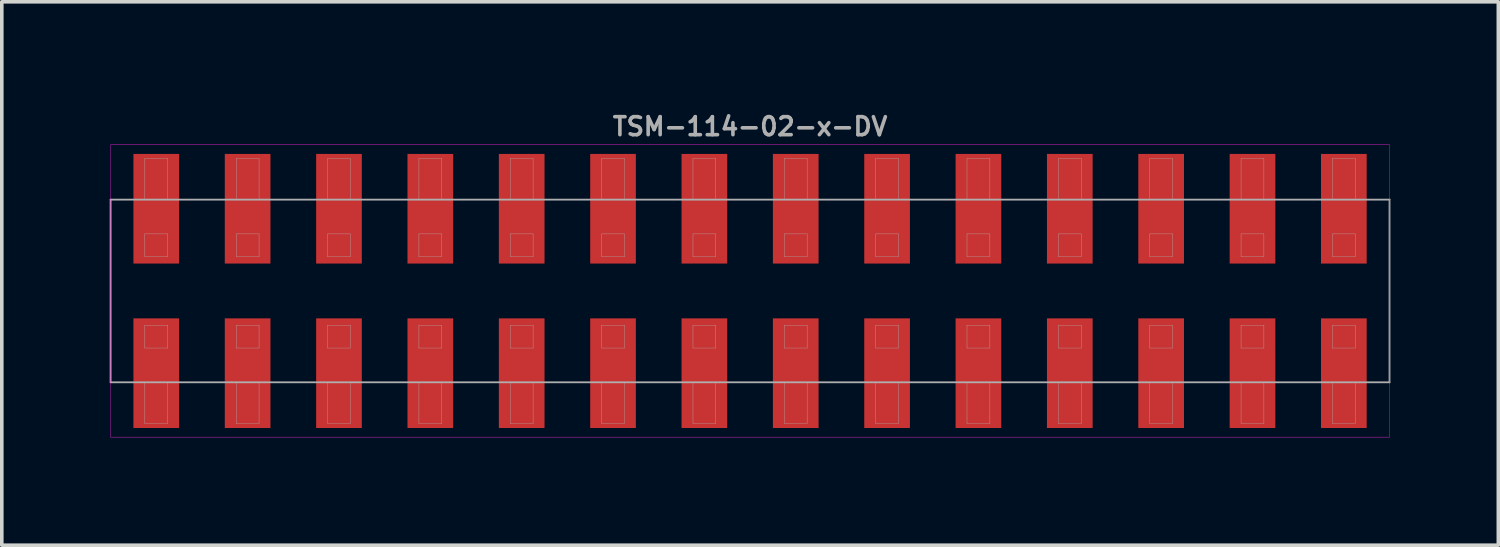
<source format=kicad_pcb>
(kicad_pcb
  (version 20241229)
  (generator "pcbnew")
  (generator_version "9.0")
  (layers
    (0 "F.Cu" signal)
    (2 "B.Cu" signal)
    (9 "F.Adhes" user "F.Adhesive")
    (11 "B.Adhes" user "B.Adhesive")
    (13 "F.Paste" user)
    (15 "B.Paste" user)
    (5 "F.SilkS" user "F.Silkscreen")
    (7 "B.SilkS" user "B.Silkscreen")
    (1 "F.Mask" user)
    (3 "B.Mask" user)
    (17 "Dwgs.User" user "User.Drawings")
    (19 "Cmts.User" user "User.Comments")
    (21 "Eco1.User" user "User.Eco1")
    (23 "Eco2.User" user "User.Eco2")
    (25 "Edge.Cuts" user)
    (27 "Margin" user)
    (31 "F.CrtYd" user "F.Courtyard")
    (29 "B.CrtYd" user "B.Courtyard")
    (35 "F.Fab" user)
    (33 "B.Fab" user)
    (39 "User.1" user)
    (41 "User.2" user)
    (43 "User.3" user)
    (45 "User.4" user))
  (footprint "TSM-114-02-x-DV"
    (layer "F.Cu")
    (at 17.805 5.04)
    (property "Reference" "TSM-114-02-x-DV" (at 0 -4.572 0) (layer "F.Fab") (effects (font (size 0.5 0.5) (thickness 0.1))))
    (attr smd)
    (fp_line (start -17.78 -4.064) (end -17.78 4.064) (stroke (width 0.01) (type solid)) (layer "F.CrtYd"))
    (fp_line (start -17.78 4.064) (end 17.78 4.064) (stroke (width 0.01) (type solid)) (layer "F.CrtYd"))
    (fp_line (start 17.78 -4.064) (end -17.78 -4.064) (stroke (width 0.01) (type solid)) (layer "F.CrtYd"))
    (fp_line (start 17.78 4.064) (end 17.78 -4.064) (stroke (width 0.01) (type solid)) (layer "F.CrtYd"))
    (fp_line (start -17.78 -2.54) (end 17.78 -2.54) (stroke (width 0.05) (type solid)) (layer "F.Fab"))
    (fp_line (start -17.78 2.54) (end -17.78 -2.54) (stroke (width 0.05) (type solid)) (layer "F.Fab"))
    (fp_line (start -16.828 -3.683) (end -16.192 -3.683) (stroke (width 0.01) (type solid)) (layer "F.Fab"))
    (fp_line (start -16.828 -2.54) (end -16.828 -3.683) (stroke (width 0.01) (type solid)) (layer "F.Fab"))
    (fp_line (start -16.828 -1.587) (end -16.828 -0.953) (stroke (width 0.01) (type solid)) (layer "F.Fab"))
    (fp_line (start -16.828 -0.953) (end -16.192 -0.953) (stroke (width 0.01) (type solid)) (layer "F.Fab"))
    (fp_line (start -16.828 0.953) (end -16.828 1.587) (stroke (width 0.01) (type solid)) (layer "F.Fab"))
    (fp_line (start -16.828 1.587) (end -16.192 1.587) (stroke (width 0.01) (type solid)) (layer "F.Fab"))
    (fp_line (start -16.828 3.683) (end -16.828 2.54) (stroke (width 0.01) (type solid)) (layer "F.Fab"))
    (fp_line (start -16.192 -3.683) (end -16.192 -2.54) (stroke (width 0.01) (type solid)) (layer "F.Fab"))
    (fp_line (start -16.192 -1.587) (end -16.828 -1.587) (stroke (width 0.01) (type solid)) (layer "F.Fab"))
    (fp_line (start -16.192 -0.953) (end -16.192 -1.587) (stroke (width 0.01) (type solid)) (layer "F.Fab"))
    (fp_line (start -16.192 0.953) (end -16.828 0.953) (stroke (width 0.01) (type solid)) (layer "F.Fab"))
    (fp_line (start -16.192 1.587) (end -16.192 0.953) (stroke (width 0.01) (type solid)) (layer "F.Fab"))
    (fp_line (start -16.192 2.54) (end -16.192 3.683) (stroke (width 0.01) (type solid)) (layer "F.Fab"))
    (fp_line (start -16.192 3.683) (end -16.828 3.683) (stroke (width 0.01) (type solid)) (layer "F.Fab"))
    (fp_line (start -14.287 -3.683) (end -13.652 -3.683) (stroke (width 0.01) (type solid)) (layer "F.Fab"))
    (fp_line (start -14.287 -2.54) (end -14.287 -3.683) (stroke (width 0.01) (type solid)) (layer "F.Fab"))
    (fp_line (start -14.287 -1.587) (end -14.287 -0.953) (stroke (width 0.01) (type solid)) (layer "F.Fab"))
    (fp_line (start -14.287 -0.953) (end -13.652 -0.953) (stroke (width 0.01) (type solid)) (layer "F.Fab"))
    (fp_line (start -14.287 0.953) (end -14.287 1.587) (stroke (width 0.01) (type solid)) (layer "F.Fab"))
    (fp_line (start -14.287 1.587) (end -13.652 1.587) (stroke (width 0.01) (type solid)) (layer "F.Fab"))
    (fp_line (start -14.287 3.683) (end -14.287 2.54) (stroke (width 0.01) (type solid)) (layer "F.Fab"))
    (fp_line (start -13.652 -3.683) (end -13.652 -2.54) (stroke (width 0.01) (type solid)) (layer "F.Fab"))
    (fp_line (start -13.652 -1.587) (end -14.287 -1.587) (stroke (width 0.01) (type solid)) (layer "F.Fab"))
    (fp_line (start -13.652 -0.953) (end -13.652 -1.587) (stroke (width 0.01) (type solid)) (layer "F.Fab"))
    (fp_line (start -13.652 0.953) (end -14.287 0.953) (stroke (width 0.01) (type solid)) (layer "F.Fab"))
    (fp_line (start -13.652 1.587) (end -13.652 0.953) (stroke (width 0.01) (type solid)) (layer "F.Fab"))
    (fp_line (start -13.652 2.54) (end -13.652 3.683) (stroke (width 0.01) (type solid)) (layer "F.Fab"))
    (fp_line (start -13.652 3.683) (end -14.287 3.683) (stroke (width 0.01) (type solid)) (layer "F.Fab"))
    (fp_line (start -11.748 -3.683) (end -11.113 -3.683) (stroke (width 0.01) (type solid)) (layer "F.Fab"))
    (fp_line (start -11.748 -2.54) (end -11.748 -3.683) (stroke (width 0.01) (type solid)) (layer "F.Fab"))
    (fp_line (start -11.748 -1.587) (end -11.748 -0.953) (stroke (width 0.01) (type solid)) (layer "F.Fab"))
    (fp_line (start -11.748 -0.953) (end -11.113 -0.953) (stroke (width 0.01) (type solid)) (layer "F.Fab"))
    (fp_line (start -11.748 0.953) (end -11.748 1.587) (stroke (width 0.01) (type solid)) (layer "F.Fab"))
    (fp_line (start -11.748 1.587) (end -11.113 1.587) (stroke (width 0.01) (type solid)) (layer "F.Fab"))
    (fp_line (start -11.748 3.683) (end -11.748 2.54) (stroke (width 0.01) (type solid)) (layer "F.Fab"))
    (fp_line (start -11.113 -3.683) (end -11.113 -2.54) (stroke (width 0.01) (type solid)) (layer "F.Fab"))
    (fp_line (start -11.113 -1.587) (end -11.748 -1.587) (stroke (width 0.01) (type solid)) (layer "F.Fab"))
    (fp_line (start -11.113 -0.953) (end -11.113 -1.587) (stroke (width 0.01) (type solid)) (layer "F.Fab"))
    (fp_line (start -11.113 0.953) (end -11.748 0.953) (stroke (width 0.01) (type solid)) (layer "F.Fab"))
    (fp_line (start -11.113 1.587) (end -11.113 0.953) (stroke (width 0.01) (type solid)) (layer "F.Fab"))
    (fp_line (start -11.113 2.54) (end -11.113 3.683) (stroke (width 0.01) (type solid)) (layer "F.Fab"))
    (fp_line (start -11.113 3.683) (end -11.748 3.683) (stroke (width 0.01) (type solid)) (layer "F.Fab"))
    (fp_line (start -9.207 -3.683) (end -8.572 -3.683) (stroke (width 0.01) (type solid)) (layer "F.Fab"))
    (fp_line (start -9.207 -2.54) (end -9.207 -3.683) (stroke (width 0.01) (type solid)) (layer "F.Fab"))
    (fp_line (start -9.207 -1.587) (end -9.207 -0.953) (stroke (width 0.01) (type solid)) (layer "F.Fab"))
    (fp_line (start -9.207 -0.953) (end -8.572 -0.953) (stroke (width 0.01) (type solid)) (layer "F.Fab"))
    (fp_line (start -9.207 0.953) (end -9.207 1.587) (stroke (width 0.01) (type solid)) (layer "F.Fab"))
    (fp_line (start -9.207 1.587) (end -8.572 1.587) (stroke (width 0.01) (type solid)) (layer "F.Fab"))
    (fp_line (start -9.207 3.683) (end -9.207 2.54) (stroke (width 0.01) (type solid)) (layer "F.Fab"))
    (fp_line (start -8.572 -3.683) (end -8.572 -2.54) (stroke (width 0.01) (type solid)) (layer "F.Fab"))
    (fp_line (start -8.572 -1.587) (end -9.207 -1.587) (stroke (width 0.01) (type solid)) (layer "F.Fab"))
    (fp_line (start -8.572 -0.953) (end -8.572 -1.587) (stroke (width 0.01) (type solid)) (layer "F.Fab"))
    (fp_line (start -8.572 0.953) (end -9.207 0.953) (stroke (width 0.01) (type solid)) (layer "F.Fab"))
    (fp_line (start -8.572 1.587) (end -8.572 0.953) (stroke (width 0.01) (type solid)) (layer "F.Fab"))
    (fp_line (start -8.572 2.54) (end -8.572 3.683) (stroke (width 0.01) (type solid)) (layer "F.Fab"))
    (fp_line (start -8.572 3.683) (end -9.207 3.683) (stroke (width 0.01) (type solid)) (layer "F.Fab"))
    (fp_line (start -6.668 -3.683) (end -6.032 -3.683) (stroke (width 0.01) (type solid)) (layer "F.Fab"))
    (fp_line (start -6.668 -2.54) (end -6.668 -3.683) (stroke (width 0.01) (type solid)) (layer "F.Fab"))
    (fp_line (start -6.668 -1.587) (end -6.668 -0.953) (stroke (width 0.01) (type solid)) (layer "F.Fab"))
    (fp_line (start -6.668 -0.953) (end -6.032 -0.953) (stroke (width 0.01) (type solid)) (layer "F.Fab"))
    (fp_line (start -6.668 0.953) (end -6.668 1.587) (stroke (width 0.01) (type solid)) (layer "F.Fab"))
    (fp_line (start -6.668 1.587) (end -6.032 1.587) (stroke (width 0.01) (type solid)) (layer "F.Fab"))
    (fp_line (start -6.668 3.683) (end -6.668 2.54) (stroke (width 0.01) (type solid)) (layer "F.Fab"))
    (fp_line (start -6.032 -3.683) (end -6.032 -2.54) (stroke (width 0.01) (type solid)) (layer "F.Fab"))
    (fp_line (start -6.032 -1.587) (end -6.668 -1.587) (stroke (width 0.01) (type solid)) (layer "F.Fab"))
    (fp_line (start -6.032 -0.953) (end -6.032 -1.587) (stroke (width 0.01) (type solid)) (layer "F.Fab"))
    (fp_line (start -6.032 0.953) (end -6.668 0.953) (stroke (width 0.01) (type solid)) (layer "F.Fab"))
    (fp_line (start -6.032 1.587) (end -6.032 0.953) (stroke (width 0.01) (type solid)) (layer "F.Fab"))
    (fp_line (start -6.032 2.54) (end -6.032 3.683) (stroke (width 0.01) (type solid)) (layer "F.Fab"))
    (fp_line (start -6.032 3.683) (end -6.668 3.683) (stroke (width 0.01) (type solid)) (layer "F.Fab"))
    (fp_line (start -4.128 -3.683) (end -3.493 -3.683) (stroke (width 0.01) (type solid)) (layer "F.Fab"))
    (fp_line (start -4.128 -2.54) (end -4.128 -3.683) (stroke (width 0.01) (type solid)) (layer "F.Fab"))
    (fp_line (start -4.128 -1.587) (end -4.128 -0.953) (stroke (width 0.01) (type solid)) (layer "F.Fab"))
    (fp_line (start -4.128 -0.953) (end -3.493 -0.953) (stroke (width 0.01) (type solid)) (layer "F.Fab"))
    (fp_line (start -4.128 0.953) (end -4.128 1.587) (stroke (width 0.01) (type solid)) (layer "F.Fab"))
    (fp_line (start -4.128 1.587) (end -3.493 1.587) (stroke (width 0.01) (type solid)) (layer "F.Fab"))
    (fp_line (start -4.128 3.683) (end -4.128 2.54) (stroke (width 0.01) (type solid)) (layer "F.Fab"))
    (fp_line (start -3.493 -3.683) (end -3.493 -2.54) (stroke (width 0.01) (type solid)) (layer "F.Fab"))
    (fp_line (start -3.493 -1.587) (end -4.128 -1.587) (stroke (width 0.01) (type solid)) (layer "F.Fab"))
    (fp_line (start -3.493 -0.953) (end -3.493 -1.587) (stroke (width 0.01) (type solid)) (layer "F.Fab"))
    (fp_line (start -3.493 0.953) (end -4.128 0.953) (stroke (width 0.01) (type solid)) (layer "F.Fab"))
    (fp_line (start -3.493 1.587) (end -3.493 0.953) (stroke (width 0.01) (type solid)) (layer "F.Fab"))
    (fp_line (start -3.493 2.54) (end -3.493 3.683) (stroke (width 0.01) (type solid)) (layer "F.Fab"))
    (fp_line (start -3.493 3.683) (end -4.128 3.683) (stroke (width 0.01) (type solid)) (layer "F.Fab"))
    (fp_line (start -1.587 -3.683) (end -0.953 -3.683) (stroke (width 0.01) (type solid)) (layer "F.Fab"))
    (fp_line (start -1.587 -2.54) (end -1.587 -3.683) (stroke (width 0.01) (type solid)) (layer "F.Fab"))
    (fp_line (start -1.587 -1.587) (end -1.587 -0.953) (stroke (width 0.01) (type solid)) (layer "F.Fab"))
    (fp_line (start -1.587 -0.953) (end -0.953 -0.953) (stroke (width 0.01) (type solid)) (layer "F.Fab"))
    (fp_line (start -1.587 0.953) (end -1.587 1.587) (stroke (width 0.01) (type solid)) (layer "F.Fab"))
    (fp_line (start -1.587 1.587) (end -0.953 1.587) (stroke (width 0.01) (type solid)) (layer "F.Fab"))
    (fp_line (start -1.587 3.683) (end -1.587 2.54) (stroke (width 0.01) (type solid)) (layer "F.Fab"))
    (fp_line (start -0.953 -3.683) (end -0.953 -2.54) (stroke (width 0.01) (type solid)) (layer "F.Fab"))
    (fp_line (start -0.953 -1.587) (end -1.587 -1.587) (stroke (width 0.01) (type solid)) (layer "F.Fab"))
    (fp_line (start -0.953 -0.953) (end -0.953 -1.587) (stroke (width 0.01) (type solid)) (layer "F.Fab"))
    (fp_line (start -0.953 0.953) (end -1.587 0.953) (stroke (width 0.01) (type solid)) (layer "F.Fab"))
    (fp_line (start -0.953 1.587) (end -0.953 0.953) (stroke (width 0.01) (type solid)) (layer "F.Fab"))
    (fp_line (start -0.953 2.54) (end -0.953 3.683) (stroke (width 0.01) (type solid)) (layer "F.Fab"))
    (fp_line (start -0.953 3.683) (end -1.587 3.683) (stroke (width 0.01) (type solid)) (layer "F.Fab"))
    (fp_line (start 0.953 -3.683) (end 1.587 -3.683) (stroke (width 0.01) (type solid)) (layer "F.Fab"))
    (fp_line (start 0.953 -2.54) (end 0.953 -3.683) (stroke (width 0.01) (type solid)) (layer "F.Fab"))
    (fp_line (start 0.953 -1.587) (end 0.953 -0.953) (stroke (width 0.01) (type solid)) (layer "F.Fab"))
    (fp_line (start 0.953 -0.953) (end 1.587 -0.953) (stroke (width 0.01) (type solid)) (layer "F.Fab"))
    (fp_line (start 0.953 0.953) (end 0.953 1.587) (stroke (width 0.01) (type solid)) (layer "F.Fab"))
    (fp_line (start 0.953 1.587) (end 1.587 1.587) (stroke (width 0.01) (type solid)) (layer "F.Fab"))
    (fp_line (start 0.953 3.683) (end 0.953 2.54) (stroke (width 0.01) (type solid)) (layer "F.Fab"))
    (fp_line (start 1.587 -3.683) (end 1.587 -2.54) (stroke (width 0.01) (type solid)) (layer "F.Fab"))
    (fp_line (start 1.587 -1.587) (end 0.953 -1.587) (stroke (width 0.01) (type solid)) (layer "F.Fab"))
    (fp_line (start 1.587 -0.953) (end 1.587 -1.587) (stroke (width 0.01) (type solid)) (layer "F.Fab"))
    (fp_line (start 1.587 0.953) (end 0.953 0.953) (stroke (width 0.01) (type solid)) (layer "F.Fab"))
    (fp_line (start 1.587 1.587) (end 1.587 0.953) (stroke (width 0.01) (type solid)) (layer "F.Fab"))
    (fp_line (start 1.587 2.54) (end 1.587 3.683) (stroke (width 0.01) (type solid)) (layer "F.Fab"))
    (fp_line (start 1.587 3.683) (end 0.953 3.683) (stroke (width 0.01) (type solid)) (layer "F.Fab"))
    (fp_line (start 3.493 -3.683) (end 4.128 -3.683) (stroke (width 0.01) (type solid)) (layer "F.Fab"))
    (fp_line (start 3.493 -2.54) (end 3.493 -3.683) (stroke (width 0.01) (type solid)) (layer "F.Fab"))
    (fp_line (start 3.493 -1.587) (end 3.493 -0.953) (stroke (width 0.01) (type solid)) (layer "F.Fab"))
    (fp_line (start 3.493 -0.953) (end 4.128 -0.953) (stroke (width 0.01) (type solid)) (layer "F.Fab"))
    (fp_line (start 3.493 0.953) (end 3.493 1.587) (stroke (width 0.01) (type solid)) (layer "F.Fab"))
    (fp_line (start 3.493 1.587) (end 4.128 1.587) (stroke (width 0.01) (type solid)) (layer "F.Fab"))
    (fp_line (start 3.493 3.683) (end 3.493 2.54) (stroke (width 0.01) (type solid)) (layer "F.Fab"))
    (fp_line (start 4.128 -3.683) (end 4.128 -2.54) (stroke (width 0.01) (type solid)) (layer "F.Fab"))
    (fp_line (start 4.128 -1.587) (end 3.493 -1.587) (stroke (width 0.01) (type solid)) (layer "F.Fab"))
    (fp_line (start 4.128 -0.953) (end 4.128 -1.587) (stroke (width 0.01) (type solid)) (layer "F.Fab"))
    (fp_line (start 4.128 0.953) (end 3.493 0.953) (stroke (width 0.01) (type solid)) (layer "F.Fab"))
    (fp_line (start 4.128 1.587) (end 4.128 0.953) (stroke (width 0.01) (type solid)) (layer "F.Fab"))
    (fp_line (start 4.128 2.54) (end 4.128 3.683) (stroke (width 0.01) (type solid)) (layer "F.Fab"))
    (fp_line (start 4.128 3.683) (end 3.493 3.683) (stroke (width 0.01) (type solid)) (layer "F.Fab"))
    (fp_line (start 6.032 -3.683) (end 6.668 -3.683) (stroke (width 0.01) (type solid)) (layer "F.Fab"))
    (fp_line (start 6.032 -2.54) (end 6.032 -3.683) (stroke (width 0.01) (type solid)) (layer "F.Fab"))
    (fp_line (start 6.032 -1.587) (end 6.032 -0.953) (stroke (width 0.01) (type solid)) (layer "F.Fab"))
    (fp_line (start 6.032 -0.953) (end 6.668 -0.953) (stroke (width 0.01) (type solid)) (layer "F.Fab"))
    (fp_line (start 6.032 0.953) (end 6.032 1.587) (stroke (width 0.01) (type solid)) (layer "F.Fab"))
    (fp_line (start 6.032 1.587) (end 6.668 1.587) (stroke (width 0.01) (type solid)) (layer "F.Fab"))
    (fp_line (start 6.032 3.683) (end 6.032 2.54) (stroke (width 0.01) (type solid)) (layer "F.Fab"))
    (fp_line (start 6.668 -3.683) (end 6.668 -2.54) (stroke (width 0.01) (type solid)) (layer "F.Fab"))
    (fp_line (start 6.668 -1.587) (end 6.032 -1.587) (stroke (width 0.01) (type solid)) (layer "F.Fab"))
    (fp_line (start 6.668 -0.953) (end 6.668 -1.587) (stroke (width 0.01) (type solid)) (layer "F.Fab"))
    (fp_line (start 6.668 0.953) (end 6.032 0.953) (stroke (width 0.01) (type solid)) (layer "F.Fab"))
    (fp_line (start 6.668 1.587) (end 6.668 0.953) (stroke (width 0.01) (type solid)) (layer "F.Fab"))
    (fp_line (start 6.668 2.54) (end 6.668 3.683) (stroke (width 0.01) (type solid)) (layer "F.Fab"))
    (fp_line (start 6.668 3.683) (end 6.032 3.683) (stroke (width 0.01) (type solid)) (layer "F.Fab"))
    (fp_line (start 8.572 -3.683) (end 9.207 -3.683) (stroke (width 0.01) (type solid)) (layer "F.Fab"))
    (fp_line (start 8.572 -2.54) (end 8.572 -3.683) (stroke (width 0.01) (type solid)) (layer "F.Fab"))
    (fp_line (start 8.572 -1.587) (end 8.572 -0.953) (stroke (width 0.01) (type solid)) (layer "F.Fab"))
    (fp_line (start 8.572 -0.953) (end 9.207 -0.953) (stroke (width 0.01) (type solid)) (layer "F.Fab"))
    (fp_line (start 8.572 0.953) (end 8.572 1.587) (stroke (width 0.01) (type solid)) (layer "F.Fab"))
    (fp_line (start 8.572 1.587) (end 9.207 1.587) (stroke (width 0.01) (type solid)) (layer "F.Fab"))
    (fp_line (start 8.572 3.683) (end 8.572 2.54) (stroke (width 0.01) (type solid)) (layer "F.Fab"))
    (fp_line (start 9.207 -3.683) (end 9.207 -2.54) (stroke (width 0.01) (type solid)) (layer "F.Fab"))
    (fp_line (start 9.207 -1.587) (end 8.572 -1.587) (stroke (width 0.01) (type solid)) (layer "F.Fab"))
    (fp_line (start 9.207 -0.953) (end 9.207 -1.587) (stroke (width 0.01) (type solid)) (layer "F.Fab"))
    (fp_line (start 9.207 0.953) (end 8.572 0.953) (stroke (width 0.01) (type solid)) (layer "F.Fab"))
    (fp_line (start 9.207 1.587) (end 9.207 0.953) (stroke (width 0.01) (type solid)) (layer "F.Fab"))
    (fp_line (start 9.207 2.54) (end 9.207 3.683) (stroke (width 0.01) (type solid)) (layer "F.Fab"))
    (fp_line (start 9.207 3.683) (end 8.572 3.683) (stroke (width 0.01) (type solid)) (layer "F.Fab"))
    (fp_line (start 11.113 -3.683) (end 11.748 -3.683) (stroke (width 0.01) (type solid)) (layer "F.Fab"))
    (fp_line (start 11.113 -2.54) (end 11.113 -3.683) (stroke (width 0.01) (type solid)) (layer "F.Fab"))
    (fp_line (start 11.113 -1.587) (end 11.113 -0.953) (stroke (width 0.01) (type solid)) (layer "F.Fab"))
    (fp_line (start 11.113 -0.953) (end 11.748 -0.953) (stroke (width 0.01) (type solid)) (layer "F.Fab"))
    (fp_line (start 11.113 0.953) (end 11.113 1.587) (stroke (width 0.01) (type solid)) (layer "F.Fab"))
    (fp_line (start 11.113 1.587) (end 11.748 1.587) (stroke (width 0.01) (type solid)) (layer "F.Fab"))
    (fp_line (start 11.113 3.683) (end 11.113 2.54) (stroke (width 0.01) (type solid)) (layer "F.Fab"))
    (fp_line (start 11.748 -3.683) (end 11.748 -2.54) (stroke (width 0.01) (type solid)) (layer "F.Fab"))
    (fp_line (start 11.748 -1.587) (end 11.113 -1.587) (stroke (width 0.01) (type solid)) (layer "F.Fab"))
    (fp_line (start 11.748 -0.953) (end 11.748 -1.587) (stroke (width 0.01) (type solid)) (layer "F.Fab"))
    (fp_line (start 11.748 0.953) (end 11.113 0.953) (stroke (width 0.01) (type solid)) (layer "F.Fab"))
    (fp_line (start 11.748 1.587) (end 11.748 0.953) (stroke (width 0.01) (type solid)) (layer "F.Fab"))
    (fp_line (start 11.748 2.54) (end 11.748 3.683) (stroke (width 0.01) (type solid)) (layer "F.Fab"))
    (fp_line (start 11.748 3.683) (end 11.113 3.683) (stroke (width 0.01) (type solid)) (layer "F.Fab"))
    (fp_line (start 13.652 -3.683) (end 14.287 -3.683) (stroke (width 0.01) (type solid)) (layer "F.Fab"))
    (fp_line (start 13.652 -2.54) (end 13.652 -3.683) (stroke (width 0.01) (type solid)) (layer "F.Fab"))
    (fp_line (start 13.652 -1.587) (end 13.652 -0.953) (stroke (width 0.01) (type solid)) (layer "F.Fab"))
    (fp_line (start 13.652 -0.953) (end 14.287 -0.953) (stroke (width 0.01) (type solid)) (layer "F.Fab"))
    (fp_line (start 13.652 0.953) (end 13.652 1.587) (stroke (width 0.01) (type solid)) (layer "F.Fab"))
    (fp_line (start 13.652 1.587) (end 14.287 1.587) (stroke (width 0.01) (type solid)) (layer "F.Fab"))
    (fp_line (start 13.652 3.683) (end 13.652 2.54) (stroke (width 0.01) (type solid)) (layer "F.Fab"))
    (fp_line (start 14.287 -3.683) (end 14.287 -2.54) (stroke (width 0.01) (type solid)) (layer "F.Fab"))
    (fp_line (start 14.287 -1.587) (end 13.652 -1.587) (stroke (width 0.01) (type solid)) (layer "F.Fab"))
    (fp_line (start 14.287 -0.953) (end 14.287 -1.587) (stroke (width 0.01) (type solid)) (layer "F.Fab"))
    (fp_line (start 14.287 0.953) (end 13.652 0.953) (stroke (width 0.01) (type solid)) (layer "F.Fab"))
    (fp_line (start 14.287 1.587) (end 14.287 0.953) (stroke (width 0.01) (type solid)) (layer "F.Fab"))
    (fp_line (start 14.287 2.54) (end 14.287 3.683) (stroke (width 0.01) (type solid)) (layer "F.Fab"))
    (fp_line (start 14.287 3.683) (end 13.652 3.683) (stroke (width 0.01) (type solid)) (layer "F.Fab"))
    (fp_line (start 16.192 -3.683) (end 16.828 -3.683) (stroke (width 0.01) (type solid)) (layer "F.Fab"))
    (fp_line (start 16.192 -2.54) (end 16.192 -3.683) (stroke (width 0.01) (type solid)) (layer "F.Fab"))
    (fp_line (start 16.192 -1.587) (end 16.192 -0.953) (stroke (width 0.01) (type solid)) (layer "F.Fab"))
    (fp_line (start 16.192 -0.953) (end 16.828 -0.953) (stroke (width 0.01) (type solid)) (layer "F.Fab"))
    (fp_line (start 16.192 0.953) (end 16.192 1.587) (stroke (width 0.01) (type solid)) (layer "F.Fab"))
    (fp_line (start 16.192 1.587) (end 16.828 1.587) (stroke (width 0.01) (type solid)) (layer "F.Fab"))
    (fp_line (start 16.192 3.683) (end 16.192 2.54) (stroke (width 0.01) (type solid)) (layer "F.Fab"))
    (fp_line (start 16.828 -3.683) (end 16.828 -2.54) (stroke (width 0.01) (type solid)) (layer "F.Fab"))
    (fp_line (start 16.828 -1.587) (end 16.192 -1.587) (stroke (width 0.01) (type solid)) (layer "F.Fab"))
    (fp_line (start 16.828 -0.953) (end 16.828 -1.587) (stroke (width 0.01) (type solid)) (layer "F.Fab"))
    (fp_line (start 16.828 0.953) (end 16.192 0.953) (stroke (width 0.01) (type solid)) (layer "F.Fab"))
    (fp_line (start 16.828 1.587) (end 16.828 0.953) (stroke (width 0.01) (type solid)) (layer "F.Fab"))
    (fp_line (start 16.828 2.54) (end 16.828 3.683) (stroke (width 0.01) (type solid)) (layer "F.Fab"))
    (fp_line (start 16.828 3.683) (end 16.192 3.683) (stroke (width 0.01) (type solid)) (layer "F.Fab"))
    (fp_line (start 17.78 -2.54) (end 17.78 2.54) (stroke (width 0.05) (type solid)) (layer "F.Fab"))
    (fp_line (start 17.78 2.54) (end -17.78 2.54) (stroke (width 0.05) (type solid)) (layer "F.Fab"))
    (pad "1" smd rect (at -16.51 2.286) (size 1.27 3.048) (layers "F.Cu" "F.Mask" "F.Paste"))
    (pad "2" smd rect (at -16.51 -2.286) (size 1.27 3.048) (layers "F.Cu" "F.Mask" "F.Paste"))
    (pad "3" smd rect (at -13.97 2.286) (size 1.27 3.048) (layers "F.Cu" "F.Mask" "F.Paste"))
    (pad "4" smd rect (at -13.97 -2.286) (size 1.27 3.048) (layers "F.Cu" "F.Mask" "F.Paste"))
    (pad "5" smd rect (at -11.43 2.286) (size 1.27 3.048) (layers "F.Cu" "F.Mask" "F.Paste"))
    (pad "6" smd rect (at -11.43 -2.286) (size 1.27 3.048) (layers "F.Cu" "F.Mask" "F.Paste"))
    (pad "7" smd rect (at -8.89 2.286) (size 1.27 3.048) (layers "F.Cu" "F.Mask" "F.Paste"))
    (pad "8" smd rect (at -8.89 -2.286) (size 1.27 3.048) (layers "F.Cu" "F.Mask" "F.Paste"))
    (pad "9" smd rect (at -6.35 2.286) (size 1.27 3.048) (layers "F.Cu" "F.Mask" "F.Paste"))
    (pad "10" smd rect (at -6.35 -2.286) (size 1.27 3.048) (layers "F.Cu" "F.Mask" "F.Paste"))
    (pad "11" smd rect (at -3.81 2.286) (size 1.27 3.048) (layers "F.Cu" "F.Mask" "F.Paste"))
    (pad "12" smd rect (at -3.81 -2.286) (size 1.27 3.048) (layers "F.Cu" "F.Mask" "F.Paste"))
    (pad "13" smd rect (at -1.27 2.286) (size 1.27 3.048) (layers "F.Cu" "F.Mask" "F.Paste"))
    (pad "14" smd rect (at -1.27 -2.286) (size 1.27 3.048) (layers "F.Cu" "F.Mask" "F.Paste"))
    (pad "15" smd rect (at 1.27 2.286) (size 1.27 3.048) (layers "F.Cu" "F.Mask" "F.Paste"))
    (pad "16" smd rect (at 1.27 -2.286) (size 1.27 3.048) (layers "F.Cu" "F.Mask" "F.Paste"))
    (pad "17" smd rect (at 3.81 2.286) (size 1.27 3.048) (layers "F.Cu" "F.Mask" "F.Paste"))
    (pad "18" smd rect (at 3.81 -2.286) (size 1.27 3.048) (layers "F.Cu" "F.Mask" "F.Paste"))
    (pad "19" smd rect (at 6.35 2.286) (size 1.27 3.048) (layers "F.Cu" "F.Mask" "F.Paste"))
    (pad "20" smd rect (at 6.35 -2.286) (size 1.27 3.048) (layers "F.Cu" "F.Mask" "F.Paste"))
    (pad "21" smd rect (at 8.89 2.286) (size 1.27 3.048) (layers "F.Cu" "F.Mask" "F.Paste"))
    (pad "22" smd rect (at 8.89 -2.286) (size 1.27 3.048) (layers "F.Cu" "F.Mask" "F.Paste"))
    (pad "23" smd rect (at 11.43 2.286) (size 1.27 3.048) (layers "F.Cu" "F.Mask" "F.Paste"))
    (pad "24" smd rect (at 11.43 -2.286) (size 1.27 3.048) (layers "F.Cu" "F.Mask" "F.Paste"))
    (pad "25" smd rect (at 13.97 2.286) (size 1.27 3.048) (layers "F.Cu" "F.Mask" "F.Paste"))
    (pad "26" smd rect (at 13.97 -2.286) (size 1.27 3.048) (layers "F.Cu" "F.Mask" "F.Paste"))
    (pad "27" smd rect (at 16.51 2.286) (size 1.27 3.048) (layers "F.Cu" "F.Mask" "F.Paste"))
    (pad "28" smd rect (at 16.51 -2.286) (size 1.27 3.048) (layers "F.Cu" "F.Mask" "F.Paste")))
  (gr_rect
    (start -3 -3)
    (end 38.61 12.109)
    (stroke (width 0.1) (type default))
    (fill no)
    (layer "Edge.Cuts")))
</source>
